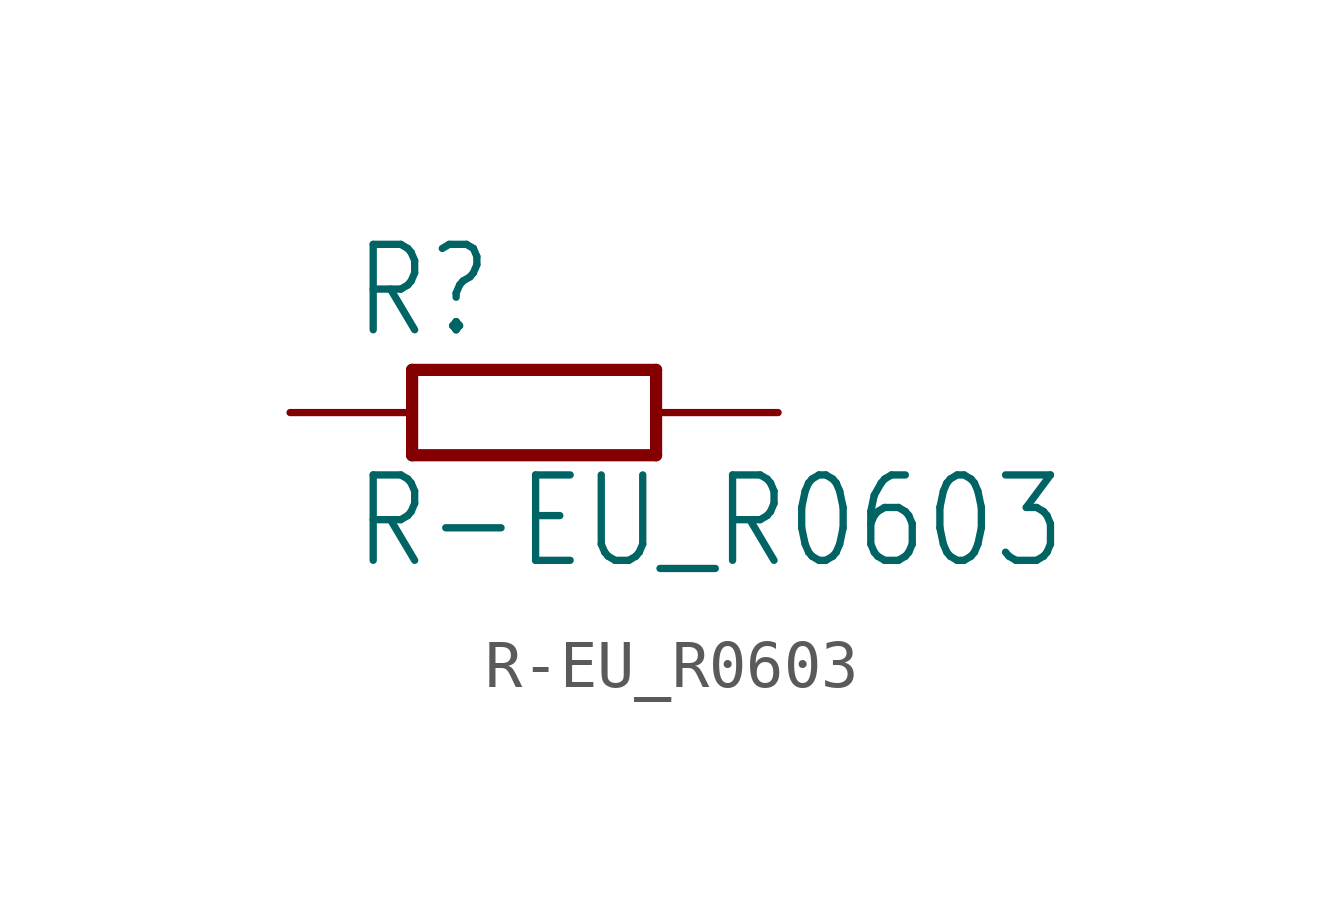
<source format=kicad_sym>
(kicad_symbol_lib
  (version 20211014)
  (generator kicad_symbol_editor)
  (symbol "R-EU_R0603"
    (property "Reference" "R"
      (at -3.81 1.499 0)
      (effects (font (size 1.778 1.511)) (justify left bottom)))
    (property "Value" "R-EU_R0603"
      (at -3.81 -3.302 0)
      (effects (font (size 1.778 1.511)) (justify left bottom)))
    (property "ki_locked" ""
      (at 0 0 0)
      (effects (font (size 1.27 1.27))))
    (symbol "R-EU_R0603_1_0"
      (polyline (pts (xy -2.54 -0.889) (xy -2.54 0.889)) (stroke (width 0.254) (type default) (color 0 0 0 0)) (fill (type none)))
      (polyline (pts (xy -2.54 -0.889) (xy 2.54 -0.889)) (stroke (width 0.254) (type default) (color 0 0 0 0)) (fill (type none)))
      (polyline (pts (xy 2.54 -0.889) (xy 2.54 0.889)) (stroke (width 0.254) (type default) (color 0 0 0 0)) (fill (type none)))
      (polyline (pts (xy 2.54 0.889) (xy -2.54 0.889)) (stroke (width 0.254) (type default) (color 0 0 0 0)) (fill (type none)))
      (pin passive line (at -5.08 0 0) (length 2.54) (name "1" (effects (font (size 0 0)))) (number "1" (effects (font (size 0 0)))))
      (pin passive line (at 5.08 0 180) (length 2.54) (name "2" (effects (font (size 0 0)))) (number "2" (effects (font (size 0 0))))))))
</source>
